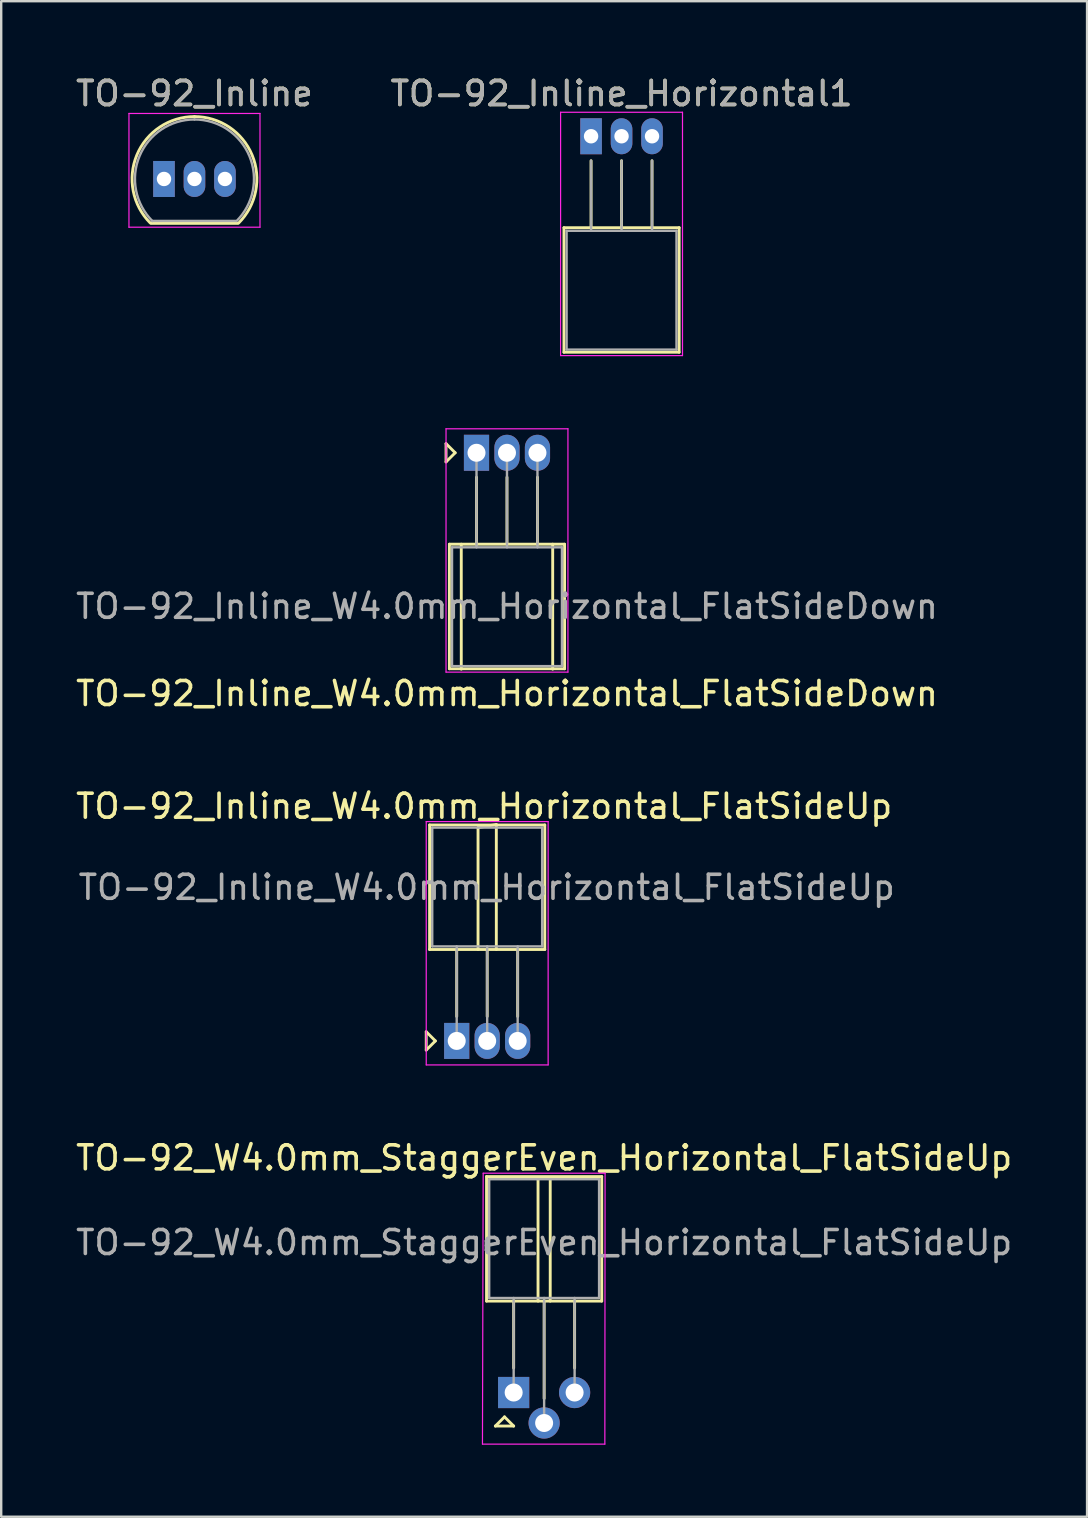
<source format=kicad_pcb>
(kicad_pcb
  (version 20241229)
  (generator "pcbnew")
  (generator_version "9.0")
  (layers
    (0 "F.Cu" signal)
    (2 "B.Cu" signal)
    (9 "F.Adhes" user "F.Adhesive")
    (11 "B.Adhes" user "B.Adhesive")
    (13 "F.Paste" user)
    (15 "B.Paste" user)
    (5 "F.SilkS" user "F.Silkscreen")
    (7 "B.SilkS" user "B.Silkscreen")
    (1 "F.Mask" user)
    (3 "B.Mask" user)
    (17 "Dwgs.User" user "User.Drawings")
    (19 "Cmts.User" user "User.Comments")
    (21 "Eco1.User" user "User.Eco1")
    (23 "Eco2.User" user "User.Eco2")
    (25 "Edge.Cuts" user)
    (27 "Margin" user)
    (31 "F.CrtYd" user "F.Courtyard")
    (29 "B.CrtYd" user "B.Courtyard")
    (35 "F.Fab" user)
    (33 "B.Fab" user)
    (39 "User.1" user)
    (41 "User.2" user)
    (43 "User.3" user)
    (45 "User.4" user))
  (footprint "TO-92_Inline_W4.0mm_Horizontal_FlatSideUp"
    (layer "F.Cu")
    (at 15.982 40.327)
    (property "Reference" "TO-92_Inline_W4.0mm_Horizontal_FlatSideUp" (at 1.143 -9.779 0) (layer "F.SilkS") (effects (font (size 1 1) (thickness 0.15))))
    (attr through_hole)
    (fp_line (start -1.27 -0.381) (end -1.27 0.381) (stroke (width 0.12) (type solid)) (layer "F.SilkS"))
    (fp_line (start -1.27 0.381) (end -0.889 0) (stroke (width 0.12) (type solid)) (layer "F.SilkS"))
    (fp_line (start -1.13 -9) (end -1.13 -3.81) (stroke (width 0.12) (type solid)) (layer "F.SilkS"))
    (fp_line (start -1.13 -3.81) (end 3.67 -3.81) (stroke (width 0.12) (type solid)) (layer "F.SilkS"))
    (fp_line (start -0.889 0) (end -1.27 -0.381) (stroke (width 0.12) (type solid)) (layer "F.SilkS"))
    (fp_line (start 0 -1.02) (end 0 -3.81) (stroke (width 0.12) (type solid)) (layer "F.SilkS"))
    (fp_line (start 0.889 -8.89) (end 1.651 -9.017) (stroke (width 0.12) (type solid)) (layer "F.SilkS"))
    (fp_line (start 0.889 -3.81) (end 0.889 -8.89) (stroke (width 0.12) (type solid)) (layer "F.SilkS"))
    (fp_line (start 1.27 -1.02) (end 1.27 -3.81) (stroke (width 0.12) (type solid)) (layer "F.SilkS"))
    (fp_line (start 1.651 -9.017) (end 1.651 -3.81) (stroke (width 0.12) (type solid)) (layer "F.SilkS"))
    (fp_line (start 2.54 -1.02) (end 2.54 -3.81) (stroke (width 0.12) (type solid)) (layer "F.SilkS"))
    (fp_line (start 3.67 -9) (end -1.13 -9) (stroke (width 0.12) (type solid)) (layer "F.SilkS"))
    (fp_line (start 3.67 -3.81) (end 3.67 -9) (stroke (width 0.12) (type solid)) (layer "F.SilkS"))
    (fp_line (start -1.27 -9.14) (end -1.27 1) (stroke (width 0.05) (type solid)) (layer "F.CrtYd"))
    (fp_line (start -1.27 -9.14) (end 3.81 -9.14) (stroke (width 0.05) (type solid)) (layer "F.CrtYd"))
    (fp_line (start 3.81 1) (end -1.27 1) (stroke (width 0.05) (type solid)) (layer "F.CrtYd"))
    (fp_line (start 3.81 1) (end 3.81 -9.14) (stroke (width 0.05) (type solid)) (layer "F.CrtYd"))
    (fp_line (start -1.02 -8.89) (end -1.02 -3.94) (stroke (width 0.1) (type solid)) (layer "F.Fab"))
    (fp_line (start -1.02 -3.94) (end 3.56 -3.94) (stroke (width 0.1) (type solid)) (layer "F.Fab"))
    (fp_line (start 0 -3.94) (end 0 0) (stroke (width 0.1) (type solid)) (layer "F.Fab"))
    (fp_line (start 1.27 -3.94) (end 1.27 0) (stroke (width 0.1) (type solid)) (layer "F.Fab"))
    (fp_line (start 2.54 -3.94) (end 2.54 0) (stroke (width 0.1) (type solid)) (layer "F.Fab"))
    (fp_line (start 3.56 -8.89) (end -1.02 -8.89) (stroke (width 0.1) (type solid)) (layer "F.Fab"))
    (fp_line (start 3.56 -3.94) (end 3.56 -8.89) (stroke (width 0.1) (type solid)) (layer "F.Fab"))
    (fp_text user "${REFERENCE}" (at 1.25 -6.4 0) (layer "F.Fab") (effects (font (size 1 1) (thickness 0.15))))
    (pad "1" thru_hole rect (at 0 0) (size 1.05 1.5) (drill 0.75) (layers "*.Cu" "*.Mask"))
    (pad "2" thru_hole oval (at 1.27 0) (size 1.05 1.5) (drill 0.75) (layers "*.Cu" "*.Mask"))
    (pad "3" thru_hole oval (at 2.54 0) (size 1.05 1.5) (drill 0.75) (layers "*.Cu" "*.Mask")))
  (footprint "TO-92_Inline_W4.0mm_Horizontal_FlatSideDown"
    (layer "F.Cu")
    (at 16.807 15.818)
    (property "Reference" "TO-92_Inline_W4.0mm_Horizontal_FlatSideDown" (at 1.27 10.033 0) (layer "F.SilkS") (effects (font (size 1 1) (thickness 0.15))))
    (attr through_hole)
    (fp_line (start -1.27 -0.381) (end -1.27 0.381) (stroke (width 0.12) (type solid)) (layer "F.SilkS"))
    (fp_line (start -1.27 0.381) (end -0.889 0) (stroke (width 0.12) (type solid)) (layer "F.SilkS"))
    (fp_line (start -1.13 3.81) (end 3.67 3.81) (stroke (width 0.12) (type solid)) (layer "F.SilkS"))
    (fp_line (start -1.13 9) (end -1.13 3.81) (stroke (width 0.12) (type solid)) (layer "F.SilkS"))
    (fp_line (start -0.889 0) (end -1.27 -0.381) (stroke (width 0.12) (type solid)) (layer "F.SilkS"))
    (fp_line (start -0.635 3.81) (end -0.635 9.017) (stroke (width 0.12) (type solid)) (layer "F.SilkS"))
    (fp_line (start 0 1.02) (end 0 3.81) (stroke (width 0.12) (type solid)) (layer "F.SilkS"))
    (fp_line (start 1.27 1.02) (end 1.27 3.81) (stroke (width 0.12) (type solid)) (layer "F.SilkS"))
    (fp_line (start 2.54 1.02) (end 2.54 3.81) (stroke (width 0.12) (type solid)) (layer "F.SilkS"))
    (fp_line (start 3.175 3.81) (end 3.175 9.017) (stroke (width 0.12) (type solid)) (layer "F.SilkS"))
    (fp_line (start 3.67 3.81) (end 3.67 9) (stroke (width 0.12) (type solid)) (layer "F.SilkS"))
    (fp_line (start 3.67 9) (end -1.13 9) (stroke (width 0.12) (type solid)) (layer "F.SilkS"))
    (fp_line (start -1.27 -1) (end -1.27 9.14) (stroke (width 0.05) (type solid)) (layer "F.CrtYd"))
    (fp_line (start -1.27 -1) (end 3.81 -1) (stroke (width 0.05) (type solid)) (layer "F.CrtYd"))
    (fp_line (start 3.81 9.14) (end -1.27 9.14) (stroke (width 0.05) (type solid)) (layer "F.CrtYd"))
    (fp_line (start 3.81 9.14) (end 3.81 -1) (stroke (width 0.05) (type solid)) (layer "F.CrtYd"))
    (fp_line (start -1.02 3.94) (end 3.56 3.94) (stroke (width 0.1) (type solid)) (layer "F.Fab"))
    (fp_line (start -1.02 8.89) (end -1.02 3.94) (stroke (width 0.1) (type solid)) (layer "F.Fab"))
    (fp_line (start 0 3.94) (end 0 0) (stroke (width 0.1) (type solid)) (layer "F.Fab"))
    (fp_line (start 1.27 3.94) (end 1.27 0) (stroke (width 0.1) (type solid)) (layer "F.Fab"))
    (fp_line (start 2.54 3.94) (end 2.54 0) (stroke (width 0.1) (type solid)) (layer "F.Fab"))
    (fp_line (start 3.56 3.94) (end 3.56 8.89) (stroke (width 0.1) (type solid)) (layer "F.Fab"))
    (fp_line (start 3.56 8.89) (end -1.02 8.89) (stroke (width 0.1) (type solid)) (layer "F.Fab"))
    (fp_text user "${REFERENCE}" (at 1.27 6.4 0) (layer "F.Fab") (effects (font (size 1 1) (thickness 0.15))))
    (pad "1" thru_hole rect (at 0 0) (size 1.05 1.5) (drill 0.75) (layers "*.Cu" "*.Mask"))
    (pad "2" thru_hole oval (at 1.27 0) (size 1.05 1.5) (drill 0.75) (layers "*.Cu" "*.Mask"))
    (pad "3" thru_hole oval (at 2.54 0) (size 1.05 1.5) (drill 0.75) (layers "*.Cu" "*.Mask")))
  (footprint "TO-92_Inline_Horizontal1"
    (layer "F.Cu")
    (at 21.581 2.628)
    (property "Reference" "TO-92_Inline_Horizontal1" (at 1.27 -1.78 0) (layer "F.SilkS") (effects (font (size 1 1) (thickness 0.15))))
    (attr through_hole)
    (fp_line (start -1.13 3.81) (end 3.67 3.81) (stroke (width 0.12) (type solid)) (layer "F.SilkS"))
    (fp_line (start -1.13 9) (end -1.13 3.81) (stroke (width 0.12) (type solid)) (layer "F.SilkS"))
    (fp_line (start 0 1.02) (end 0 3.81) (stroke (width 0.12) (type solid)) (layer "F.SilkS"))
    (fp_line (start 1.27 1.02) (end 1.27 3.81) (stroke (width 0.12) (type solid)) (layer "F.SilkS"))
    (fp_line (start 2.54 1.02) (end 2.54 3.81) (stroke (width 0.12) (type solid)) (layer "F.SilkS"))
    (fp_line (start 3.67 3.81) (end 3.67 9) (stroke (width 0.12) (type solid)) (layer "F.SilkS"))
    (fp_line (start 3.67 9) (end -1.13 9) (stroke (width 0.12) (type solid)) (layer "F.SilkS"))
    (fp_line (start -1.27 -1) (end -1.27 9.14) (stroke (width 0.05) (type solid)) (layer "F.CrtYd"))
    (fp_line (start -1.27 -1) (end 3.81 -1) (stroke (width 0.05) (type solid)) (layer "F.CrtYd"))
    (fp_line (start 3.81 9.14) (end -1.27 9.14) (stroke (width 0.05) (type solid)) (layer "F.CrtYd"))
    (fp_line (start 3.81 9.14) (end 3.81 -1) (stroke (width 0.05) (type solid)) (layer "F.CrtYd"))
    (fp_line (start -1.02 3.94) (end 3.56 3.94) (stroke (width 0.1) (type solid)) (layer "F.Fab"))
    (fp_line (start -1.02 8.89) (end -1.02 3.94) (stroke (width 0.1) (type solid)) (layer "F.Fab"))
    (fp_line (start 0 3.94) (end 0 1.02) (stroke (width 0.1) (type solid)) (layer "F.Fab"))
    (fp_line (start 1.27 3.94) (end 1.27 1.02) (stroke (width 0.1) (type solid)) (layer "F.Fab"))
    (fp_line (start 2.54 3.94) (end 2.54 1.02) (stroke (width 0.1) (type solid)) (layer "F.Fab"))
    (fp_line (start 3.56 3.94) (end 3.56 8.89) (stroke (width 0.1) (type solid)) (layer "F.Fab"))
    (fp_line (start 3.56 8.89) (end -1.02 8.89) (stroke (width 0.1) (type solid)) (layer "F.Fab"))
    (fp_text user "${REFERENCE}" (at 1.27 -1.78 0) (layer "F.Fab") (effects (font (size 1 1) (thickness 0.15))))
    (pad "1" thru_hole rect (at 0 0) (size 0.9 1.5) (drill 0.6) (layers "*.Cu" "*.Mask"))
    (pad "2" thru_hole oval (at 1.27 0) (size 0.9 1.5) (drill 0.6) (layers "*.Cu" "*.Mask"))
    (pad "3" thru_hole oval (at 2.54 0) (size 0.9 1.5) (drill 0.6) (layers "*.Cu" "*.Mask")))
  (footprint "TO-92_Inline"
    (layer "F.Cu")
    (at 3.784 4.408)
    (property "Reference" "TO-92_Inline" (at 1.27 -3.56 0) (layer "F.SilkS") (effects (font (size 1 1) (thickness 0.15))))
    (attr through_hole)
    (fp_line (start -0.53 1.85) (end 3.07 1.85) (stroke (width 0.12) (type solid)) (layer "F.SilkS"))
    (fp_arc (start -0.568478 1.838478) (mid -1.132087 -0.994977) (end 1.27 -2.6) (stroke (width 0.12) (type solid)) (layer "F.SilkS"))
    (fp_arc (start 1.27 -2.6) (mid 3.672087 -0.994977) (end 3.108478 1.838478) (stroke (width 0.12) (type solid)) (layer "F.SilkS"))
    (fp_line (start -1.46 -2.73) (end -1.46 2.01) (stroke (width 0.05) (type solid)) (layer "F.CrtYd"))
    (fp_line (start -1.46 -2.73) (end 4 -2.73) (stroke (width 0.05) (type solid)) (layer "F.CrtYd"))
    (fp_line (start 4 2.01) (end -1.46 2.01) (stroke (width 0.05) (type solid)) (layer "F.CrtYd"))
    (fp_line (start 4 2.01) (end 4 -2.73) (stroke (width 0.05) (type solid)) (layer "F.CrtYd"))
    (fp_line (start -0.5 1.75) (end 3 1.75) (stroke (width 0.1) (type solid)) (layer "F.Fab"))
    (fp_arc (start -0.483625 1.753625) (mid -1.021221 -0.949055) (end 1.27 -2.48) (stroke (width 0.1) (type solid)) (layer "F.Fab"))
    (fp_arc (start 1.27 -2.48) (mid 3.561221 -0.949055) (end 3.023625 1.753625) (stroke (width 0.1) (type solid)) (layer "F.Fab"))
    (fp_text user "${REFERENCE}" (at 1.27 -3.56 0) (layer "F.Fab") (effects (font (size 1 1) (thickness 0.15))))
    (pad "1" thru_hole rect (at 0 0) (size 0.9 1.5) (drill 0.6) (layers "*.Cu" "*.Mask"))
    (pad "2" thru_hole oval (at 1.27 0) (size 0.9 1.5) (drill 0.6) (layers "*.Cu" "*.Mask"))
    (pad "3" thru_hole oval (at 2.54 0) (size 0.9 1.5) (drill 0.6) (layers "*.Cu" "*.Mask")))
  (footprint "TO-92_W4.0mm_StaggerEven_Horizontal_FlatSideUp"
    (layer "F.Cu")
    (at 18.355 54.979)
    (property "Reference" "TO-92_W4.0mm_StaggerEven_Horizontal_FlatSideUp" (at 1.27 -9.779 0) (layer "F.SilkS") (effects (font (size 1 1) (thickness 0.15))))
    (attr through_hole)
    (fp_line (start -1.13 -9) (end -1.13 -3.81) (stroke (width 0.12) (type solid)) (layer "F.SilkS"))
    (fp_line (start -1.13 -3.81) (end 3.67 -3.81) (stroke (width 0.12) (type solid)) (layer "F.SilkS"))
    (fp_line (start -0.762 1.397) (end -0.381 1.016) (stroke (width 0.12) (type solid)) (layer "F.SilkS"))
    (fp_line (start -0.381 1.016) (end 0 1.397) (stroke (width 0.12) (type solid)) (layer "F.SilkS"))
    (fp_line (start 0 -1.02) (end 0 -3.81) (stroke (width 0.12) (type solid)) (layer "F.SilkS"))
    (fp_line (start 0 1.397) (end -0.762 1.397) (stroke (width 0.12) (type solid)) (layer "F.SilkS"))
    (fp_line (start 1.016 -3.81) (end 1.016 -8.89) (stroke (width 0.12) (type solid)) (layer "F.SilkS"))
    (fp_line (start 1.27 0.25) (end 1.27 -3.81) (stroke (width 0.12) (type solid)) (layer "F.SilkS"))
    (fp_line (start 1.524 -3.81) (end 1.524 -8.89) (stroke (width 0.12) (type solid)) (layer "F.SilkS"))
    (fp_line (start 2.54 -1.02) (end 2.54 -3.81) (stroke (width 0.12) (type solid)) (layer "F.SilkS"))
    (fp_line (start 3.67 -9) (end -1.13 -9) (stroke (width 0.12) (type solid)) (layer "F.SilkS"))
    (fp_line (start 3.67 -3.81) (end 3.67 -9) (stroke (width 0.12) (type solid)) (layer "F.SilkS"))
    (fp_line (start -1.27 -9.14) (end -1.3 2.15) (stroke (width 0.05) (type solid)) (layer "F.CrtYd"))
    (fp_line (start -1.27 -9.14) (end 3.81 -9.14) (stroke (width 0.05) (type solid)) (layer "F.CrtYd"))
    (fp_line (start 3.8 2.15) (end -1.3 2.15) (stroke (width 0.05) (type solid)) (layer "F.CrtYd"))
    (fp_line (start 3.8 2.15) (end 3.81 -9.14) (stroke (width 0.05) (type solid)) (layer "F.CrtYd"))
    (fp_line (start -1.02 -8.89) (end -1.02 -3.94) (stroke (width 0.1) (type solid)) (layer "F.Fab"))
    (fp_line (start -1.02 -3.94) (end 3.56 -3.94) (stroke (width 0.1) (type solid)) (layer "F.Fab"))
    (fp_line (start 0 -3.94) (end 0 0) (stroke (width 0.1) (type solid)) (layer "F.Fab"))
    (fp_line (start 1.27 -3.94) (end 1.27 1.27) (stroke (width 0.1) (type solid)) (layer "F.Fab"))
    (fp_line (start 2.54 -3.94) (end 2.54 0) (stroke (width 0.1) (type solid)) (layer "F.Fab"))
    (fp_line (start 3.56 -8.89) (end -1.02 -8.89) (stroke (width 0.1) (type solid)) (layer "F.Fab"))
    (fp_line (start 3.56 -3.94) (end 3.56 -8.89) (stroke (width 0.1) (type solid)) (layer "F.Fab"))
    (fp_text user "${REFERENCE}" (at 1.27 -6.25 0) (layer "F.Fab") (effects (font (size 1 1) (thickness 0.15))))
    (pad "1" thru_hole rect (at 0 0 270) (size 1.3 1.3) (drill 0.75) (layers "*.Cu" "*.Mask"))
    (pad "2" thru_hole circle (at 1.27 1.27 270) (size 1.3 1.3) (drill 0.75) (layers "*.Cu" "*.Mask"))
    (pad "3" thru_hole circle (at 2.54 0 270) (size 1.3 1.3) (drill 0.75) (layers "*.Cu" "*.Mask")))
  (gr_rect
    (start -3 -3)
    (end 42.25 60.154)
    (stroke (width 0.1) (type default))
    (fill no)
    (layer "Edge.Cuts")))
</source>
